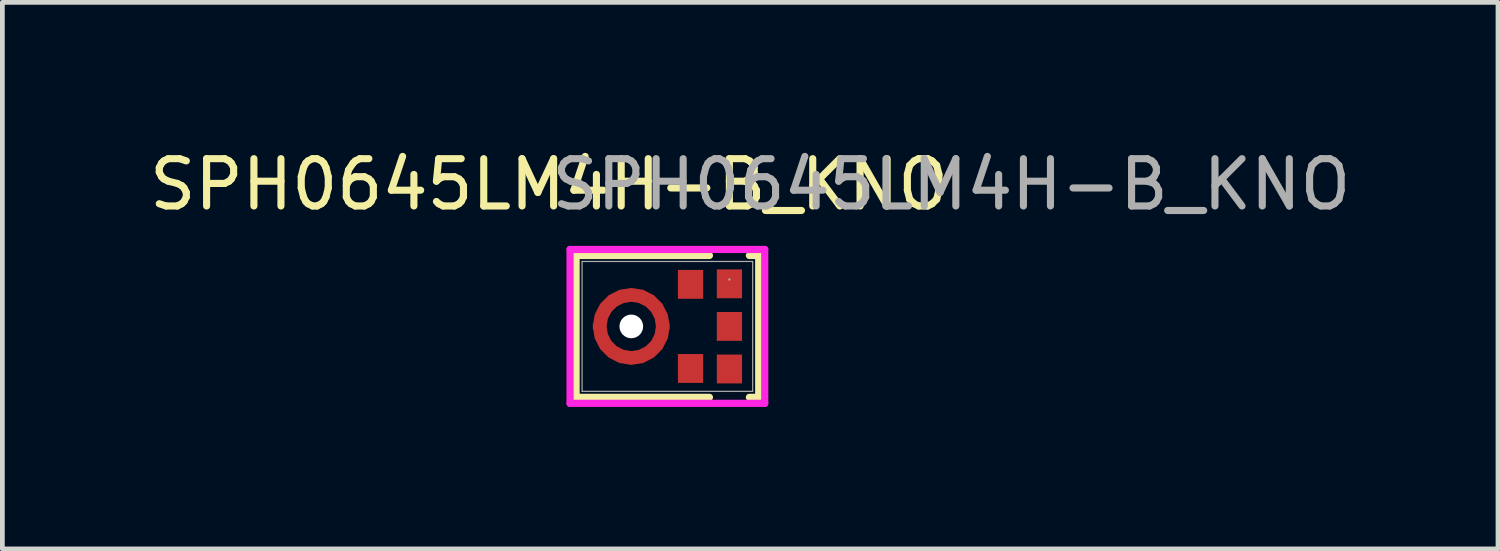
<source format=kicad_pcb>
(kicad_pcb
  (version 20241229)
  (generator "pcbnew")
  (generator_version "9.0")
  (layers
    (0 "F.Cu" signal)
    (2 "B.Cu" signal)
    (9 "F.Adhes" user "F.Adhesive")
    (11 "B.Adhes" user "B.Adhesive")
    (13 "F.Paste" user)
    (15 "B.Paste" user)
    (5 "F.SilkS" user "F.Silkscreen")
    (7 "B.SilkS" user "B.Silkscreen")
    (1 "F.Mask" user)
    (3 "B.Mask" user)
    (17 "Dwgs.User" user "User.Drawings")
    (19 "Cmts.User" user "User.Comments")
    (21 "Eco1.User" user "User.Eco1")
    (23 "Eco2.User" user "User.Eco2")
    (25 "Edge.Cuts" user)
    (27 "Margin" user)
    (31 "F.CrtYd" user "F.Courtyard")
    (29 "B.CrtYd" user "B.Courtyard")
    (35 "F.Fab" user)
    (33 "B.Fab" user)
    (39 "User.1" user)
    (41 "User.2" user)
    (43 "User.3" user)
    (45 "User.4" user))
  (footprint "SPH0645LM4H-B_KNO"
    (layer "F.Cu")
    (at 11.054 3.848)
    (property "Reference" "SPH0645LM4H-B_KNO" (at -2.5 -3 0) (unlocked yes) (layer "F.SilkS") (effects (font (size 1 1) (thickness 0.15))))
    (attr smd)
    (fp_line (start -1.93 -1.499) (end -1.93 1.499) (stroke (width 0.152) (type solid)) (layer "F.SilkS"))
    (fp_line (start -1.93 1.499) (end 0.888 1.499) (stroke (width 0.152) (type solid)) (layer "F.SilkS"))
    (fp_line (start 0.888 -1.499) (end -1.93 -1.499) (stroke (width 0.152) (type solid)) (layer "F.SilkS"))
    (fp_line (start 1.733 1.499) (end 1.93 1.499) (stroke (width 0.152) (type solid)) (layer "F.SilkS"))
    (fp_line (start 1.93 -1.499) (end 1.733 -1.499) (stroke (width 0.152) (type solid)) (layer "F.SilkS"))
    (fp_line (start 1.93 1.499) (end 1.93 -1.499) (stroke (width 0.152) (type solid)) (layer "F.SilkS"))
    (fp_line (start -2.057 -1.626) (end 2.057 -1.626) (stroke (width 0.152) (type solid)) (layer "F.CrtYd"))
    (fp_line (start -2.057 1.626) (end -2.057 -1.626) (stroke (width 0.152) (type solid)) (layer "F.CrtYd"))
    (fp_line (start 2.057 -1.626) (end 2.057 1.626) (stroke (width 0.152) (type solid)) (layer "F.CrtYd"))
    (fp_line (start 2.057 1.626) (end -2.057 1.626) (stroke (width 0.152) (type solid)) (layer "F.CrtYd"))
    (fp_line (start -1.803 -1.372) (end -1.803 1.372) (stroke (width 0.025) (type solid)) (layer "F.Fab"))
    (fp_line (start -1.803 1.372) (end 1.803 1.372) (stroke (width 0.025) (type solid)) (layer "F.Fab"))
    (fp_line (start 1.803 -1.372) (end -1.803 -1.372) (stroke (width 0.025) (type solid)) (layer "F.Fab"))
    (fp_line (start 1.803 1.372) (end 1.803 -1.372) (stroke (width 0.025) (type solid)) (layer "F.Fab"))
    (fp_circle (center 1.311 -0.991) (end 1.311 -0.991) (stroke (width 0.025) (type solid)) (fill no) (layer "F.Fab"))
    (fp_text user "${REFERENCE}" (at 6 -3 0) (unlocked yes) (layer "F.Fab") (effects (font (size 1 1) (thickness 0.15))))
    (pad "" np_thru_hole circle (at -0.763 0) (size 0.5 0.5) (drill 0.5) (layers "*.Cu" "*.Mask"))
    (pad "1" smd rect (at 1.311 -0.9) (size 0.533 0.61) (layers "F.Cu" "F.Mask" "F.Paste"))
    (pad "2" smd rect (at 0.489 -0.889) (size 0.533 0.61) (layers "F.Cu" "F.Mask" "F.Paste"))
    (pad "3" smd custom (at -1.397 0) (size 0.127 0.127) (layers "F.Cu" "F.Mask" "F.Paste") (options (anchor rect)) (primitives (gr_poly (pts (xy 1.152 -0.045) (xy 1.154 0) (xy 1.129 0.161) (xy 1.055 0.306) (xy 0.94 0.421) (xy 0.795 0.495) (xy 0.634 0.521) (xy 0.473 0.495) (xy 0.328 0.421) (xy 0.212 0.306) (xy 0.138 0.161) (xy 0.113 0) (xy 0.115 -0.045) (xy -0.176 -0.071) (xy -0.179 0) (xy -0.139 0.251) (xy -0.024 0.478) (xy 0.156 0.658) (xy 0.382 0.773) (xy 0.634 0.813) (xy 0.885 0.773) (xy 1.111 0.658) (xy 1.291 0.478) (xy 1.407 0.251) (xy 1.446 0) (xy 1.443 -0.071)) (width 0) (fill yes)) (gr_poly (pts (xy 1.152 0.045) (xy 1.154 0) (xy 1.129 -0.161) (xy 1.055 -0.306) (xy 0.94 -0.421) (xy 0.795 -0.495) (xy 0.634 -0.521) (xy 0.473 -0.495) (xy 0.328 -0.421) (xy 0.212 -0.306) (xy 0.138 -0.161) (xy 0.113 0) (xy 0.115 0.045) (xy -0.176 0.071) (xy -0.179 0) (xy -0.139 -0.251) (xy -0.024 -0.478) (xy 0.156 -0.658) (xy 0.382 -0.773) (xy 0.634 -0.813) (xy 0.885 -0.773) (xy 1.111 -0.658) (xy 1.291 -0.478) (xy 1.407 -0.251) (xy 1.446 0) (xy 1.443 0.071)) (width 0) (fill yes))))
    (pad "4" smd rect (at 0.489 0.889) (size 0.533 0.61) (layers "F.Cu" "F.Mask" "F.Paste"))
    (pad "5" smd rect (at 1.311 0.9) (size 0.533 0.61) (layers "F.Cu" "F.Mask" "F.Paste"))
    (pad "6" smd rect (at 1.311 0) (size 0.533 0.61) (layers "F.Cu" "F.Mask" "F.Paste")))
  (gr_rect
    (start -3 -3)
    (end 28.607 8.55)
    (stroke (width 0.1) (type default))
    (fill no)
    (layer "Edge.Cuts")))
</source>
